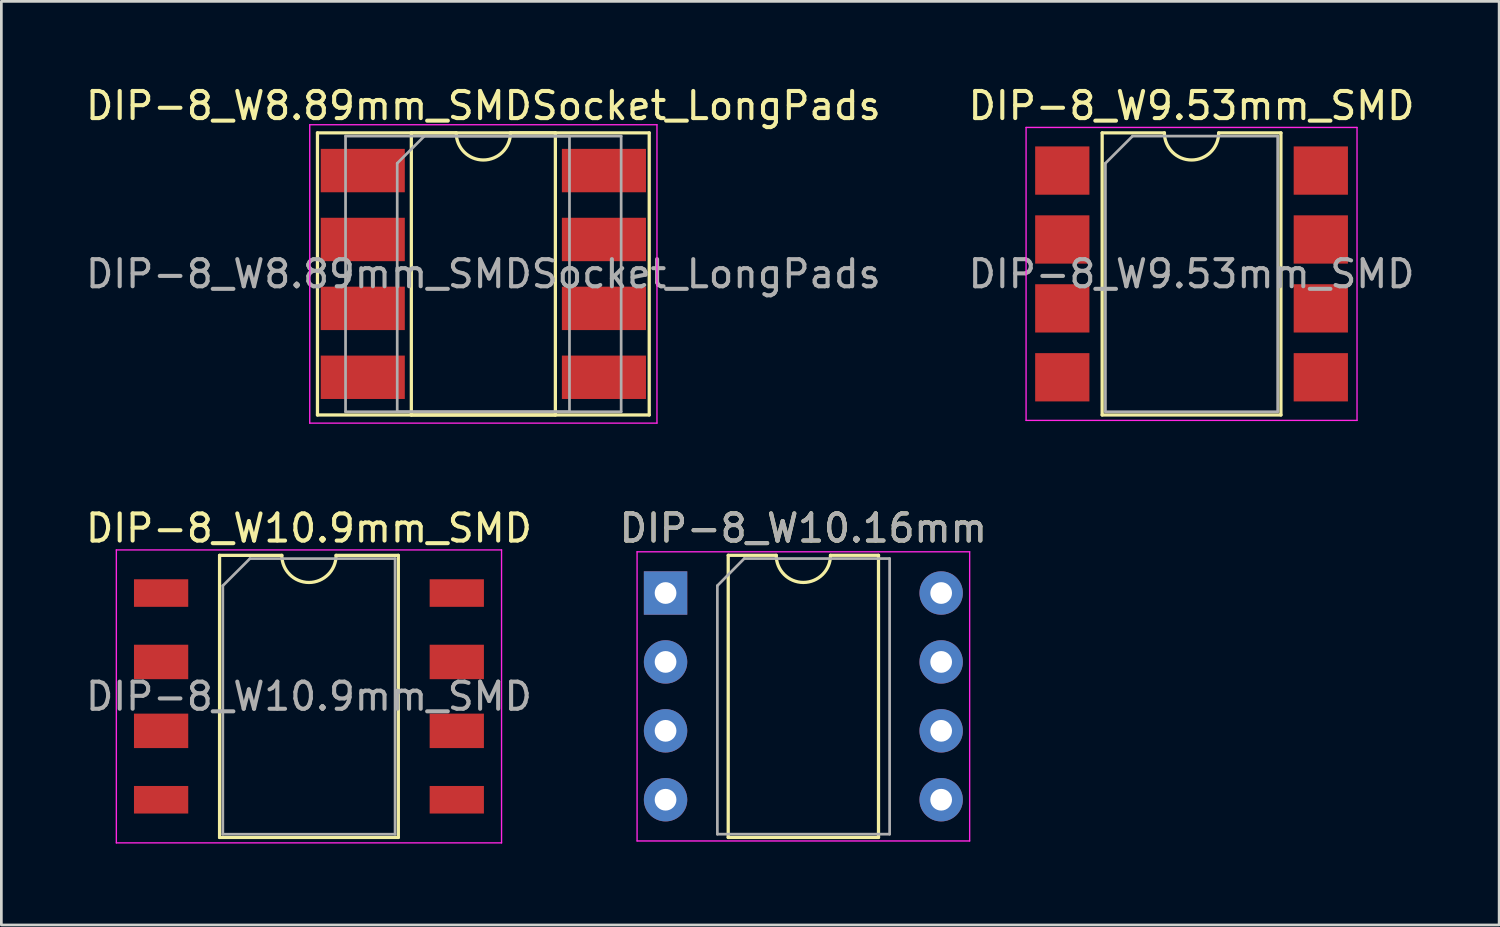
<source format=kicad_pcb>
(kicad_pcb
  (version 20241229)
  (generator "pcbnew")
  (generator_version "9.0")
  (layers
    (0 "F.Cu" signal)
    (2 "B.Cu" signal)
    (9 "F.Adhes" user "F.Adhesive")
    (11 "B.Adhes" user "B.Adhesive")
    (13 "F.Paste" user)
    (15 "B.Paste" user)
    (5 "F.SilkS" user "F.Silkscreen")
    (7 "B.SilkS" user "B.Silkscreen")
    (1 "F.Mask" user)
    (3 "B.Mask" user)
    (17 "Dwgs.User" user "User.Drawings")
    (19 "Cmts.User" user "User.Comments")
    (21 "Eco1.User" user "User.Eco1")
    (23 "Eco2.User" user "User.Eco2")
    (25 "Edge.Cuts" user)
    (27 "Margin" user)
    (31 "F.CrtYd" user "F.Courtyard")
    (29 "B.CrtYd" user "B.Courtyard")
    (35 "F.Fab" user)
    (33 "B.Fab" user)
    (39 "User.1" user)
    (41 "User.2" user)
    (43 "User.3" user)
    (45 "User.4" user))
  (footprint "DIP-8_W10.16mm"
    (layer "F.Cu")
    (at 21.485 18.811)
    (property "Reference" "DIP-8_W10.16mm" (at 5.08 -2.39 0) (layer "F.SilkS") (effects (font (size 1 1) (thickness 0.15))))
    (attr through_hole)
    (fp_line (start 2.31 -1.39) (end 2.31 9.01) (stroke (width 0.12) (type solid)) (layer "F.SilkS"))
    (fp_line (start 2.31 9.01) (end 7.85 9.01) (stroke (width 0.12) (type solid)) (layer "F.SilkS"))
    (fp_line (start 4.08 -1.39) (end 2.31 -1.39) (stroke (width 0.12) (type solid)) (layer "F.SilkS"))
    (fp_line (start 7.85 -1.39) (end 6.08 -1.39) (stroke (width 0.12) (type solid)) (layer "F.SilkS"))
    (fp_line (start 7.85 9.01) (end 7.85 -1.39) (stroke (width 0.12) (type solid)) (layer "F.SilkS"))
    (fp_arc (start 6.08 -1.39) (mid 5.08 -0.39) (end 4.08 -1.39) (stroke (width 0.12) (type solid)) (layer "F.SilkS"))
    (fp_line (start -1.05 -1.52) (end -1.05 9.14) (stroke (width 0.05) (type solid)) (layer "F.CrtYd"))
    (fp_line (start -1.05 -1.52) (end 11.21 -1.52) (stroke (width 0.05) (type solid)) (layer "F.CrtYd"))
    (fp_line (start 11.21 9.14) (end -1.05 9.14) (stroke (width 0.05) (type solid)) (layer "F.CrtYd"))
    (fp_line (start 11.21 9.14) (end 11.21 -1.52) (stroke (width 0.05) (type solid)) (layer "F.CrtYd"))
    (fp_line (start 1.91 -0.27) (end 2.9 -1.27) (stroke (width 0.1) (type solid)) (layer "F.Fab"))
    (fp_line (start 1.91 8.89) (end 1.91 -0.27) (stroke (width 0.1) (type solid)) (layer "F.Fab"))
    (fp_line (start 2.9 -1.27) (end 8.26 -1.27) (stroke (width 0.1) (type solid)) (layer "F.Fab"))
    (fp_line (start 8.26 -1.27) (end 8.26 8.89) (stroke (width 0.1) (type solid)) (layer "F.Fab"))
    (fp_line (start 8.26 8.89) (end 1.91 8.89) (stroke (width 0.1) (type solid)) (layer "F.Fab"))
    (fp_text user "${REFERENCE}" (at 5.08 -2.39 0) (layer "F.Fab") (effects (font (size 1 1) (thickness 0.15))))
    (pad "1" thru_hole rect (at 0 0) (size 1.6 1.6) (drill 0.8) (layers "*.Cu" "*.Mask"))
    (pad "2" thru_hole oval (at 0 2.54) (size 1.6 1.6) (drill 0.8) (layers "*.Cu" "*.Mask"))
    (pad "3" thru_hole oval (at 0 5.08) (size 1.6 1.6) (drill 0.8) (layers "*.Cu" "*.Mask"))
    (pad "4" thru_hole oval (at 0 7.62) (size 1.6 1.6) (drill 0.8) (layers "*.Cu" "*.Mask"))
    (pad "5" thru_hole oval (at 10.16 7.62) (size 1.6 1.6) (drill 0.8) (layers "*.Cu" "*.Mask"))
    (pad "6" thru_hole oval (at 10.16 5.08) (size 1.6 1.6) (drill 0.8) (layers "*.Cu" "*.Mask"))
    (pad "7" thru_hole oval (at 10.16 2.54) (size 1.6 1.6) (drill 0.8) (layers "*.Cu" "*.Mask"))
    (pad "8" thru_hole oval (at 10.16 0) (size 1.6 1.6) (drill 0.8) (layers "*.Cu" "*.Mask")))
  (footprint "DIP-8_W8.89mm_SMDSocket_LongPads"
    (layer "F.Cu")
    (at 14.768 7.048)
    (property "Reference" "DIP-8_W8.89mm_SMDSocket_LongPads" (at 0 -6.2 0) (layer "F.SilkS") (effects (font (size 1 1) (thickness 0.15))))
    (attr smd)
    (fp_line (start -6.115 -5.2) (end -6.115 5.2) (stroke (width 0.12) (type solid)) (layer "F.SilkS"))
    (fp_line (start -6.115 5.2) (end 6.115 5.2) (stroke (width 0.12) (type solid)) (layer "F.SilkS"))
    (fp_line (start -2.655 -5.2) (end -2.655 5.2) (stroke (width 0.12) (type solid)) (layer "F.SilkS"))
    (fp_line (start -2.655 5.2) (end 2.655 5.2) (stroke (width 0.12) (type solid)) (layer "F.SilkS"))
    (fp_line (start -1 -5.2) (end -2.655 -5.2) (stroke (width 0.12) (type solid)) (layer "F.SilkS"))
    (fp_line (start 2.655 -5.2) (end 1 -5.2) (stroke (width 0.12) (type solid)) (layer "F.SilkS"))
    (fp_line (start 2.655 5.2) (end 2.655 -5.2) (stroke (width 0.12) (type solid)) (layer "F.SilkS"))
    (fp_line (start 6.115 -5.2) (end -6.115 -5.2) (stroke (width 0.12) (type solid)) (layer "F.SilkS"))
    (fp_line (start 6.115 5.2) (end 6.115 -5.2) (stroke (width 0.12) (type solid)) (layer "F.SilkS"))
    (fp_arc (start 1 -5.2) (mid 0 -4.2) (end -1 -5.2) (stroke (width 0.12) (type solid)) (layer "F.SilkS"))
    (fp_line (start -6.4 -5.5) (end -6.4 5.5) (stroke (width 0.05) (type solid)) (layer "F.CrtYd"))
    (fp_line (start -6.4 5.5) (end 6.4 5.5) (stroke (width 0.05) (type solid)) (layer "F.CrtYd"))
    (fp_line (start 6.4 -5.5) (end -6.4 -5.5) (stroke (width 0.05) (type solid)) (layer "F.CrtYd"))
    (fp_line (start 6.4 5.5) (end 6.4 -5.5) (stroke (width 0.05) (type solid)) (layer "F.CrtYd"))
    (fp_line (start -5.08 -5.08) (end -5.08 5.08) (stroke (width 0.1) (type solid)) (layer "F.Fab"))
    (fp_line (start -5.08 5.08) (end 5.08 5.08) (stroke (width 0.1) (type solid)) (layer "F.Fab"))
    (fp_line (start -3.175 -4.08) (end -2.175 -5.08) (stroke (width 0.1) (type solid)) (layer "F.Fab"))
    (fp_line (start -3.175 5.08) (end -3.175 -4.08) (stroke (width 0.1) (type solid)) (layer "F.Fab"))
    (fp_line (start -2.175 -5.08) (end 3.175 -5.08) (stroke (width 0.1) (type solid)) (layer "F.Fab"))
    (fp_line (start 3.175 -5.08) (end 3.175 5.08) (stroke (width 0.1) (type solid)) (layer "F.Fab"))
    (fp_line (start 3.175 5.08) (end -3.175 5.08) (stroke (width 0.1) (type solid)) (layer "F.Fab"))
    (fp_line (start 5.08 -5.08) (end -5.08 -5.08) (stroke (width 0.1) (type solid)) (layer "F.Fab"))
    (fp_line (start 5.08 5.08) (end 5.08 -5.08) (stroke (width 0.1) (type solid)) (layer "F.Fab"))
    (fp_text user "${REFERENCE}" (at 0 0 0) (layer "F.Fab") (effects (font (size 1 1) (thickness 0.15))))
    (pad "1" smd rect (at -4.445 -3.81) (size 3.1 1.6) (layers "F.Cu" "F.Mask" "F.Paste"))
    (pad "2" smd rect (at -4.445 -1.27) (size 3.1 1.6) (layers "F.Cu" "F.Mask" "F.Paste"))
    (pad "3" smd rect (at -4.445 1.27) (size 3.1 1.6) (layers "F.Cu" "F.Mask" "F.Paste"))
    (pad "4" smd rect (at -4.445 3.81) (size 3.1 1.6) (layers "F.Cu" "F.Mask" "F.Paste"))
    (pad "5" smd rect (at 4.445 3.81) (size 3.1 1.6) (layers "F.Cu" "F.Mask" "F.Paste"))
    (pad "6" smd rect (at 4.445 1.27) (size 3.1 1.6) (layers "F.Cu" "F.Mask" "F.Paste"))
    (pad "7" smd rect (at 4.445 -1.27) (size 3.1 1.6) (layers "F.Cu" "F.Mask" "F.Paste"))
    (pad "8" smd rect (at 4.445 -3.81) (size 3.1 1.6) (layers "F.Cu" "F.Mask" "F.Paste")))
  (footprint "DIP-8_W10.9mm_SMD"
    (layer "F.Cu")
    (at 8.339 22.622)
    (property "Reference" "DIP-8_W10.9mm_SMD" (at 0 -6.2 0) (layer "F.SilkS") (effects (font (size 1 1) (thickness 0.15))))
    (attr smd)
    (fp_line (start -3.295 -5.2) (end -3.295 5.2) (stroke (width 0.12) (type solid)) (layer "F.SilkS"))
    (fp_line (start -3.295 5.2) (end 3.295 5.2) (stroke (width 0.12) (type solid)) (layer "F.SilkS"))
    (fp_line (start -1 -5.2) (end -3.295 -5.2) (stroke (width 0.12) (type solid)) (layer "F.SilkS"))
    (fp_line (start 3.295 -5.2) (end 1 -5.2) (stroke (width 0.12) (type solid)) (layer "F.SilkS"))
    (fp_line (start 3.295 5.2) (end 3.295 -5.2) (stroke (width 0.12) (type solid)) (layer "F.SilkS"))
    (fp_arc (start 1 -5.2) (mid 0 -4.2) (end -1 -5.2) (stroke (width 0.12) (type solid)) (layer "F.SilkS"))
    (fp_line (start -7.1 -5.4) (end -7.1 5.4) (stroke (width 0.05) (type solid)) (layer "F.CrtYd"))
    (fp_line (start -7.1 5.4) (end 7.1 5.4) (stroke (width 0.05) (type solid)) (layer "F.CrtYd"))
    (fp_line (start 7.1 -5.4) (end -7.1 -5.4) (stroke (width 0.05) (type solid)) (layer "F.CrtYd"))
    (fp_line (start 7.1 5.4) (end 7.1 -5.4) (stroke (width 0.05) (type solid)) (layer "F.CrtYd"))
    (fp_line (start -3.175 -4.08) (end -2.175 -5.08) (stroke (width 0.1) (type solid)) (layer "F.Fab"))
    (fp_line (start -3.175 5.08) (end -3.175 -4.08) (stroke (width 0.1) (type solid)) (layer "F.Fab"))
    (fp_line (start -2.175 -5.08) (end 3.175 -5.08) (stroke (width 0.1) (type solid)) (layer "F.Fab"))
    (fp_line (start 3.175 -5.08) (end 3.175 5.08) (stroke (width 0.1) (type solid)) (layer "F.Fab"))
    (fp_line (start 3.175 5.08) (end -3.175 5.08) (stroke (width 0.1) (type solid)) (layer "F.Fab"))
    (fp_text user "${REFERENCE}" (at 0 0 0) (layer "F.Fab") (effects (font (size 1 1) (thickness 0.15))))
    (pad "1" smd rect (at -5.45 -3.81) (size 2 1.016) (layers "F.Cu" "F.Mask" "F.Paste"))
    (pad "2" smd rect (at -5.45 -1.27) (size 2 1.27) (layers "F.Cu" "F.Mask" "F.Paste"))
    (pad "3" smd rect (at -5.45 1.27) (size 2 1.27) (layers "F.Cu" "F.Mask" "F.Paste"))
    (pad "4" smd rect (at -5.45 3.81) (size 2 1.016) (layers "F.Cu" "F.Mask" "F.Paste"))
    (pad "5" smd rect (at 5.45 3.81) (size 2 1.016) (layers "F.Cu" "F.Mask" "F.Paste"))
    (pad "6" smd rect (at 5.45 1.27) (size 2 1.27) (layers "F.Cu" "F.Mask" "F.Paste"))
    (pad "7" smd rect (at 5.45 -1.27) (size 2 1.27) (layers "F.Cu" "F.Mask" "F.Paste"))
    (pad "8" smd rect (at 5.45 -3.81) (size 2 1.016) (layers "F.Cu" "F.Mask" "F.Paste")))
  (footprint "DIP-8_W9.53mm_SMD"
    (layer "F.Cu")
    (at 40.875 7.048)
    (property "Reference" "DIP-8_W9.53mm_SMD" (at 0 -6.2 0) (layer "F.SilkS") (effects (font (size 1 1) (thickness 0.15))))
    (attr smd)
    (fp_line (start -3.295 -5.2) (end -3.295 5.2) (stroke (width 0.12) (type solid)) (layer "F.SilkS"))
    (fp_line (start -3.295 5.2) (end 3.295 5.2) (stroke (width 0.12) (type solid)) (layer "F.SilkS"))
    (fp_line (start -1 -5.2) (end -3.295 -5.2) (stroke (width 0.12) (type solid)) (layer "F.SilkS"))
    (fp_line (start 3.295 -5.2) (end 1 -5.2) (stroke (width 0.12) (type solid)) (layer "F.SilkS"))
    (fp_line (start 3.295 5.2) (end 3.295 -5.2) (stroke (width 0.12) (type solid)) (layer "F.SilkS"))
    (fp_arc (start 1 -5.2) (mid 0 -4.2) (end -1 -5.2) (stroke (width 0.12) (type solid)) (layer "F.SilkS"))
    (fp_line (start -6.1 -5.4) (end -6.1 5.4) (stroke (width 0.05) (type solid)) (layer "F.CrtYd"))
    (fp_line (start -6.1 5.4) (end 6.1 5.4) (stroke (width 0.05) (type solid)) (layer "F.CrtYd"))
    (fp_line (start 6.1 -5.4) (end -6.1 -5.4) (stroke (width 0.05) (type solid)) (layer "F.CrtYd"))
    (fp_line (start 6.1 5.4) (end 6.1 -5.4) (stroke (width 0.05) (type solid)) (layer "F.CrtYd"))
    (fp_line (start -3.175 -4.08) (end -2.175 -5.08) (stroke (width 0.1) (type solid)) (layer "F.Fab"))
    (fp_line (start -3.175 5.08) (end -3.175 -4.08) (stroke (width 0.1) (type solid)) (layer "F.Fab"))
    (fp_line (start -2.175 -5.08) (end 3.175 -5.08) (stroke (width 0.1) (type solid)) (layer "F.Fab"))
    (fp_line (start 3.175 -5.08) (end 3.175 5.08) (stroke (width 0.1) (type solid)) (layer "F.Fab"))
    (fp_line (start 3.175 5.08) (end -3.175 5.08) (stroke (width 0.1) (type solid)) (layer "F.Fab"))
    (fp_text user "${REFERENCE}" (at 0 0 0) (layer "F.Fab") (effects (font (size 1 1) (thickness 0.15))))
    (pad "1" smd rect (at -4.765 -3.81) (size 2 1.78) (layers "F.Cu" "F.Mask" "F.Paste"))
    (pad "2" smd rect (at -4.765 -1.27) (size 2 1.78) (layers "F.Cu" "F.Mask" "F.Paste"))
    (pad "3" smd rect (at -4.765 1.27) (size 2 1.78) (layers "F.Cu" "F.Mask" "F.Paste"))
    (pad "4" smd rect (at -4.765 3.81) (size 2 1.78) (layers "F.Cu" "F.Mask" "F.Paste"))
    (pad "5" smd rect (at 4.765 3.81) (size 2 1.78) (layers "F.Cu" "F.Mask" "F.Paste"))
    (pad "6" smd rect (at 4.765 1.27) (size 2 1.78) (layers "F.Cu" "F.Mask" "F.Paste"))
    (pad "7" smd rect (at 4.765 -1.27) (size 2 1.78) (layers "F.Cu" "F.Mask" "F.Paste"))
    (pad "8" smd rect (at 4.765 -3.81) (size 2 1.78) (layers "F.Cu" "F.Mask" "F.Paste")))
  (gr_rect
    (start -3 -3)
    (end 52.214 31.047)
    (stroke (width 0.1) (type default))
    (fill no)
    (layer "Edge.Cuts")))
</source>
